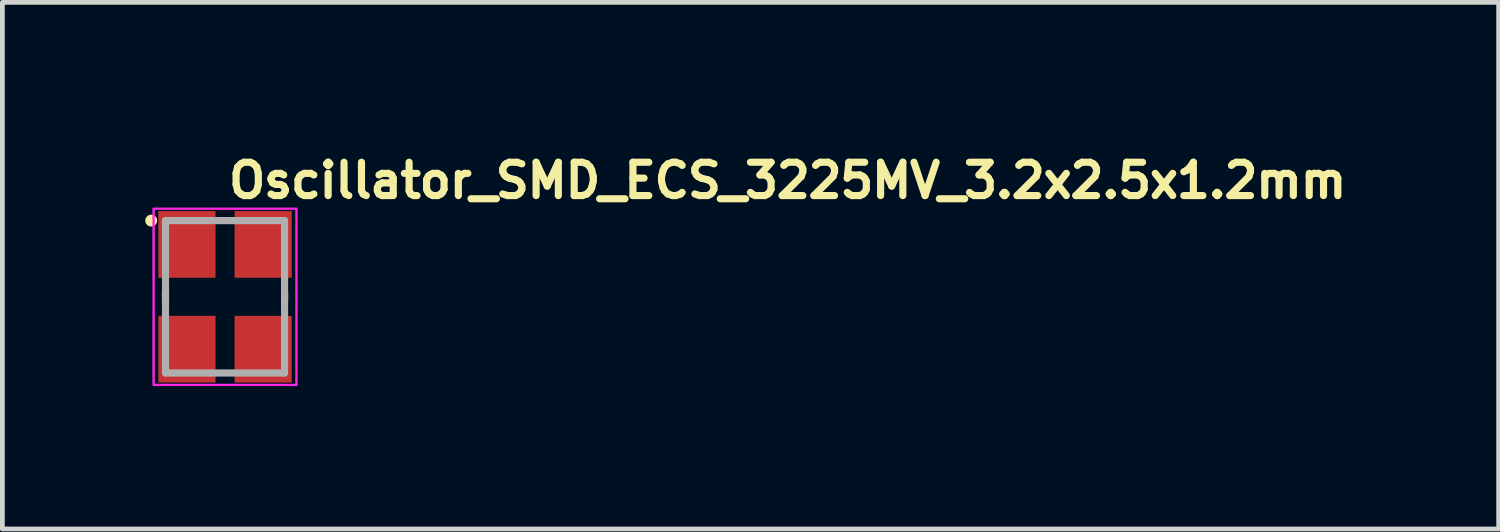
<source format=kicad_pcb>
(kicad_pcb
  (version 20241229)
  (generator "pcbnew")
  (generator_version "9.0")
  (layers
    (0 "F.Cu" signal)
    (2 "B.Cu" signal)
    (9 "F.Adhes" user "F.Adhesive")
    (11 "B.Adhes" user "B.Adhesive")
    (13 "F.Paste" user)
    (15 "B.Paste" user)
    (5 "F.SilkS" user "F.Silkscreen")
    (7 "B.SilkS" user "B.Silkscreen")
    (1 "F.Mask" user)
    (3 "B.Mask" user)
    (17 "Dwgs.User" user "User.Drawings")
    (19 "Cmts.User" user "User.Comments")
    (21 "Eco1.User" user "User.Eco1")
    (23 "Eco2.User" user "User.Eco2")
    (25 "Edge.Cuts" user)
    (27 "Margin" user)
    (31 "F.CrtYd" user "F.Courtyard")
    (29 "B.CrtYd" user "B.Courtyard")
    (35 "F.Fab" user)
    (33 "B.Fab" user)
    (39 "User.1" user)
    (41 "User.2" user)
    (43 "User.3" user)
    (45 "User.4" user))
  (footprint "Oscillator_SMD_ECS_3225MV_3.2x2.5x1.2mm"
    (layer "F.Cu")
    (at 1.675 3.182)
    (property "Reference" "Oscillator_SMD_ECS_3225MV_3.2x2.5x1.2mm" (at 0 -2.032 0) (unlocked yes) (layer "F.SilkS") (effects (font (size 0.7 0.7) (thickness 0.15)) (justify left bottom)))
    (attr smd)
    (fp_line (start -1.25 -0.102) (end -1.25 0.102) (stroke (width 0.15) (type solid)) (layer "F.SilkS"))
    (fp_line (start 1.25 -0.102) (end 1.25 0.102) (stroke (width 0.15) (type solid)) (layer "F.SilkS"))
    (fp_circle (center -1.55 -1.6) (end -1.5 -1.6) (stroke (width 0.15) (type solid)) (fill yes) (layer "F.SilkS"))
    (fp_rect (start 1.5 -1.85) (end -1.5 1.85) (stroke (width 0.05) (type solid)) (fill no) (layer "F.CrtYd"))
    (fp_line (start -1.25 -1.6) (end -1.25 1.6) (stroke (width 0.15) (type solid)) (layer "F.Fab"))
    (fp_line (start 1.25 -1.6) (end -1.25 -1.6) (stroke (width 0.15) (type solid)) (layer "F.Fab"))
    (fp_line (start 1.25 -1.6) (end 1.25 1.6) (stroke (width 0.15) (type solid)) (layer "F.Fab"))
    (fp_line (start 1.25 1.6) (end -1.25 1.6) (stroke (width 0.15) (type solid)) (layer "F.Fab"))
    (fp_rect (start 1.25 -1.6) (end -1.25 1.6) (stroke (width 0.1) (type solid)) (fill no) (layer "User.5"))
    (fp_line (start -1.25 -1.475) (end -1.25 1.475) (stroke (width 0.02) (type solid)) (layer "User.9"))
    (fp_line (start -1.25 -1.475) (end -1.244 -1.475) (stroke (width 0.02) (type solid)) (layer "User.9"))
    (fp_line (start -1.244 -1.475) (end -1.238 -1.476) (stroke (width 0.02) (type solid)) (layer "User.9"))
    (fp_line (start -1.244 1.475) (end -1.25 1.475) (stroke (width 0.02) (type solid)) (layer "User.9"))
    (fp_line (start -1.238 -1.476) (end -1.232 -1.476) (stroke (width 0.02) (type solid)) (layer "User.9"))
    (fp_line (start -1.238 1.476) (end -1.244 1.475) (stroke (width 0.02) (type solid)) (layer "User.9"))
    (fp_line (start -1.232 -1.476) (end -1.226 -1.477) (stroke (width 0.02) (type solid)) (layer "User.9"))
    (fp_line (start -1.232 1.476) (end -1.238 1.476) (stroke (width 0.02) (type solid)) (layer "User.9"))
    (fp_line (start -1.226 -1.477) (end -1.22 -1.479) (stroke (width 0.02) (type solid)) (layer "User.9"))
    (fp_line (start -1.226 1.477) (end -1.232 1.476) (stroke (width 0.02) (type solid)) (layer "User.9"))
    (fp_line (start -1.22 -1.479) (end -1.214 -1.48) (stroke (width 0.02) (type solid)) (layer "User.9"))
    (fp_line (start -1.22 1.479) (end -1.226 1.477) (stroke (width 0.02) (type solid)) (layer "User.9"))
    (fp_line (start -1.214 -1.48) (end -1.208 -1.482) (stroke (width 0.02) (type solid)) (layer "User.9"))
    (fp_line (start -1.214 1.48) (end -1.22 1.479) (stroke (width 0.02) (type solid)) (layer "User.9"))
    (fp_line (start -1.208 -1.482) (end -1.202 -1.485) (stroke (width 0.02) (type solid)) (layer "User.9"))
    (fp_line (start -1.208 1.482) (end -1.214 1.48) (stroke (width 0.02) (type solid)) (layer "User.9"))
    (fp_line (start -1.202 -1.485) (end -1.197 -1.487) (stroke (width 0.02) (type solid)) (layer "User.9"))
    (fp_line (start -1.202 1.485) (end -1.208 1.482) (stroke (width 0.02) (type solid)) (layer "User.9"))
    (fp_line (start -1.197 -1.487) (end -1.191 -1.49) (stroke (width 0.02) (type solid)) (layer "User.9"))
    (fp_line (start -1.197 1.487) (end -1.202 1.485) (stroke (width 0.02) (type solid)) (layer "User.9"))
    (fp_line (start -1.191 -1.49) (end -1.186 -1.493) (stroke (width 0.02) (type solid)) (layer "User.9"))
    (fp_line (start -1.191 1.49) (end -1.197 1.487) (stroke (width 0.02) (type solid)) (layer "User.9"))
    (fp_line (start -1.186 -1.493) (end -1.181 -1.496) (stroke (width 0.02) (type solid)) (layer "User.9"))
    (fp_line (start -1.186 1.493) (end -1.191 1.49) (stroke (width 0.02) (type solid)) (layer "User.9"))
    (fp_line (start -1.181 -1.496) (end -1.176 -1.5) (stroke (width 0.02) (type solid)) (layer "User.9"))
    (fp_line (start -1.181 1.496) (end -1.186 1.493) (stroke (width 0.02) (type solid)) (layer "User.9"))
    (fp_line (start -1.176 -1.5) (end -1.171 -1.503) (stroke (width 0.02) (type solid)) (layer "User.9"))
    (fp_line (start -1.176 1.5) (end -1.181 1.496) (stroke (width 0.02) (type solid)) (layer "User.9"))
    (fp_line (start -1.171 -1.503) (end -1.166 -1.507) (stroke (width 0.02) (type solid)) (layer "User.9"))
    (fp_line (start -1.171 1.503) (end -1.176 1.5) (stroke (width 0.02) (type solid)) (layer "User.9"))
    (fp_line (start -1.166 -1.507) (end -1.162 -1.512) (stroke (width 0.02) (type solid)) (layer "User.9"))
    (fp_line (start -1.166 1.507) (end -1.171 1.503) (stroke (width 0.02) (type solid)) (layer "User.9"))
    (fp_line (start -1.162 -1.512) (end -1.162 -1.512) (stroke (width 0.02) (type solid)) (layer "User.9"))
    (fp_line (start -1.162 -1.512) (end -1.157 -1.516) (stroke (width 0.02) (type solid)) (layer "User.9"))
    (fp_line (start -1.162 1.512) (end -1.166 1.507) (stroke (width 0.02) (type solid)) (layer "User.9"))
    (fp_line (start -1.162 1.512) (end -1.162 1.512) (stroke (width 0.02) (type solid)) (layer "User.9"))
    (fp_line (start -1.157 -1.516) (end -1.153 -1.521) (stroke (width 0.02) (type solid)) (layer "User.9"))
    (fp_line (start -1.157 1.516) (end -1.162 1.512) (stroke (width 0.02) (type solid)) (layer "User.9"))
    (fp_line (start -1.153 -1.521) (end -1.15 -1.526) (stroke (width 0.02) (type solid)) (layer "User.9"))
    (fp_line (start -1.153 1.521) (end -1.157 1.516) (stroke (width 0.02) (type solid)) (layer "User.9"))
    (fp_line (start -1.15 -1.526) (end -1.146 -1.531) (stroke (width 0.02) (type solid)) (layer "User.9"))
    (fp_line (start -1.15 -1.41) (end -1.15 -1.405) (stroke (width 0.02) (type solid)) (layer "User.9"))
    (fp_line (start -1.15 -1.405) (end -1.15 -1.4) (stroke (width 0.02) (type solid)) (layer "User.9"))
    (fp_line (start -1.15 -1.4) (end -1.15 1.4) (stroke (width 0.02) (type solid)) (layer "User.9"))
    (fp_line (start -1.15 1.4) (end -1.15 1.405) (stroke (width 0.02) (type solid)) (layer "User.9"))
    (fp_line (start -1.15 1.405) (end -1.15 1.41) (stroke (width 0.02) (type solid)) (layer "User.9"))
    (fp_line (start -1.15 1.41) (end -1.149 1.415) (stroke (width 0.02) (type solid)) (layer "User.9"))
    (fp_line (start -1.15 1.526) (end -1.153 1.521) (stroke (width 0.02) (type solid)) (layer "User.9"))
    (fp_line (start -1.149 -1.415) (end -1.15 -1.41) (stroke (width 0.02) (type solid)) (layer "User.9"))
    (fp_line (start -1.149 1.415) (end -1.148 1.42) (stroke (width 0.02) (type solid)) (layer "User.9"))
    (fp_line (start -1.148 -1.42) (end -1.149 -1.415) (stroke (width 0.02) (type solid)) (layer "User.9"))
    (fp_line (start -1.148 1.42) (end -1.147 1.424) (stroke (width 0.02) (type solid)) (layer "User.9"))
    (fp_line (start -1.147 -1.424) (end -1.148 -1.42) (stroke (width 0.02) (type solid)) (layer "User.9"))
    (fp_line (start -1.147 1.424) (end -1.146 1.429) (stroke (width 0.02) (type solid)) (layer "User.9"))
    (fp_line (start -1.146 -1.531) (end -1.143 -1.536) (stroke (width 0.02) (type solid)) (layer "User.9"))
    (fp_line (start -1.146 -1.429) (end -1.147 -1.424) (stroke (width 0.02) (type solid)) (layer "User.9"))
    (fp_line (start -1.146 1.429) (end -1.144 1.434) (stroke (width 0.02) (type solid)) (layer "User.9"))
    (fp_line (start -1.146 1.531) (end -1.15 1.526) (stroke (width 0.02) (type solid)) (layer "User.9"))
    (fp_line (start -1.144 -1.434) (end -1.146 -1.429) (stroke (width 0.02) (type solid)) (layer "User.9"))
    (fp_line (start -1.144 1.434) (end -1.142 1.438) (stroke (width 0.02) (type solid)) (layer "User.9"))
    (fp_line (start -1.143 -1.536) (end -1.14 -1.541) (stroke (width 0.02) (type solid)) (layer "User.9"))
    (fp_line (start -1.143 1.536) (end -1.146 1.531) (stroke (width 0.02) (type solid)) (layer "User.9"))
    (fp_line (start -1.142 -1.438) (end -1.144 -1.434) (stroke (width 0.02) (type solid)) (layer "User.9"))
    (fp_line (start -1.142 1.438) (end -1.14 1.443) (stroke (width 0.02) (type solid)) (layer "User.9"))
    (fp_line (start -1.14 -1.541) (end -1.137 -1.547) (stroke (width 0.02) (type solid)) (layer "User.9"))
    (fp_line (start -1.14 -1.443) (end -1.142 -1.438) (stroke (width 0.02) (type solid)) (layer "User.9"))
    (fp_line (start -1.14 1.443) (end -1.138 1.447) (stroke (width 0.02) (type solid)) (layer "User.9"))
    (fp_line (start -1.14 1.541) (end -1.143 1.536) (stroke (width 0.02) (type solid)) (layer "User.9"))
    (fp_line (start -1.138 -1.447) (end -1.14 -1.443) (stroke (width 0.02) (type solid)) (layer "User.9"))
    (fp_line (start -1.138 1.447) (end -1.136 1.451) (stroke (width 0.02) (type solid)) (layer "User.9"))
    (fp_line (start -1.137 -1.547) (end -1.135 -1.552) (stroke (width 0.02) (type solid)) (layer "User.9"))
    (fp_line (start -1.137 1.547) (end -1.14 1.541) (stroke (width 0.02) (type solid)) (layer "User.9"))
    (fp_line (start -1.136 -1.451) (end -1.138 -1.447) (stroke (width 0.02) (type solid)) (layer "User.9"))
    (fp_line (start -1.136 1.451) (end -1.133 1.455) (stroke (width 0.02) (type solid)) (layer "User.9"))
    (fp_line (start -1.135 -1.552) (end -1.132 -1.558) (stroke (width 0.02) (type solid)) (layer "User.9"))
    (fp_line (start -1.135 1.552) (end -1.137 1.547) (stroke (width 0.02) (type solid)) (layer "User.9"))
    (fp_line (start -1.133 -1.455) (end -1.136 -1.451) (stroke (width 0.02) (type solid)) (layer "User.9"))
    (fp_line (start -1.133 1.455) (end -1.13 1.459) (stroke (width 0.02) (type solid)) (layer "User.9"))
    (fp_line (start -1.132 -1.558) (end -1.13 -1.564) (stroke (width 0.02) (type solid)) (layer "User.9"))
    (fp_line (start -1.132 1.558) (end -1.135 1.552) (stroke (width 0.02) (type solid)) (layer "User.9"))
    (fp_line (start -1.13 -1.564) (end -1.129 -1.57) (stroke (width 0.02) (type solid)) (layer "User.9"))
    (fp_line (start -1.13 -1.459) (end -1.133 -1.455) (stroke (width 0.02) (type solid)) (layer "User.9"))
    (fp_line (start -1.13 1.459) (end -1.127 1.463) (stroke (width 0.02) (type solid)) (layer "User.9"))
    (fp_line (start -1.13 1.564) (end -1.132 1.558) (stroke (width 0.02) (type solid)) (layer "User.9"))
    (fp_line (start -1.129 -1.57) (end -1.127 -1.575) (stroke (width 0.02) (type solid)) (layer "User.9"))
    (fp_line (start -1.129 1.57) (end -1.13 1.564) (stroke (width 0.02) (type solid)) (layer "User.9"))
    (fp_line (start -1.127 -1.575) (end -1.126 -1.582) (stroke (width 0.02) (type solid)) (layer "User.9"))
    (fp_line (start -1.127 -1.463) (end -1.13 -1.459) (stroke (width 0.02) (type solid)) (layer "User.9"))
    (fp_line (start -1.127 1.463) (end -1.124 1.467) (stroke (width 0.02) (type solid)) (layer "User.9"))
    (fp_line (start -1.127 1.575) (end -1.129 1.57) (stroke (width 0.02) (type solid)) (layer "User.9"))
    (fp_line (start -1.126 -1.588) (end -1.125 -1.594) (stroke (width 0.02) (type solid)) (layer "User.9"))
    (fp_line (start -1.126 -1.582) (end -1.126 -1.588) (stroke (width 0.02) (type solid)) (layer "User.9"))
    (fp_line (start -1.126 1.582) (end -1.127 1.575) (stroke (width 0.02) (type solid)) (layer "User.9"))
    (fp_line (start -1.126 1.588) (end -1.126 1.582) (stroke (width 0.02) (type solid)) (layer "User.9"))
    (fp_line (start -1.125 -1.6) (end -0.55 -1.6) (stroke (width 0.02) (type solid)) (layer "User.9"))
    (fp_line (start -1.125 -1.594) (end -1.125 -1.6) (stroke (width 0.02) (type solid)) (layer "User.9"))
    (fp_line (start -1.125 1.594) (end -1.126 1.588) (stroke (width 0.02) (type solid)) (layer "User.9"))
    (fp_line (start -1.125 1.6) (end -1.125 1.594) (stroke (width 0.02) (type solid)) (layer "User.9"))
    (fp_line (start -1.125 1.6) (end -0.55 1.6) (stroke (width 0.02) (type solid)) (layer "User.9"))
    (fp_line (start -1.124 -1.467) (end -1.127 -1.463) (stroke (width 0.02) (type solid)) (layer "User.9"))
    (fp_line (start -1.124 1.467) (end -1.121 1.471) (stroke (width 0.02) (type solid)) (layer "User.9"))
    (fp_line (start -1.121 -1.471) (end -1.124 -1.467) (stroke (width 0.02) (type solid)) (layer "User.9"))
    (fp_line (start -1.121 -1.471) (end -1.121 -1.471) (stroke (width 0.02) (type solid)) (layer "User.9"))
    (fp_line (start -1.121 1.471) (end -1.121 1.471) (stroke (width 0.02) (type solid)) (layer "User.9"))
    (fp_line (start -1.121 1.471) (end -1.117 1.474) (stroke (width 0.02) (type solid)) (layer "User.9"))
    (fp_line (start -1.117 -1.474) (end -1.121 -1.471) (stroke (width 0.02) (type solid)) (layer "User.9"))
    (fp_line (start -1.117 1.474) (end -1.113 1.477) (stroke (width 0.02) (type solid)) (layer "User.9"))
    (fp_line (start -1.113 -1.477) (end -1.117 -1.474) (stroke (width 0.02) (type solid)) (layer "User.9"))
    (fp_line (start -1.113 1.477) (end -1.109 1.48) (stroke (width 0.02) (type solid)) (layer "User.9"))
    (fp_line (start -1.109 -1.48) (end -1.113 -1.477) (stroke (width 0.02) (type solid)) (layer "User.9"))
    (fp_line (start -1.109 1.48) (end -1.105 1.483) (stroke (width 0.02) (type solid)) (layer "User.9"))
    (fp_line (start -1.105 -1.483) (end -1.109 -1.48) (stroke (width 0.02) (type solid)) (layer "User.9"))
    (fp_line (start -1.105 1.483) (end -1.101 1.486) (stroke (width 0.02) (type solid)) (layer "User.9"))
    (fp_line (start -1.101 -1.486) (end -1.105 -1.483) (stroke (width 0.02) (type solid)) (layer "User.9"))
    (fp_line (start -1.101 1.486) (end -1.097 1.488) (stroke (width 0.02) (type solid)) (layer "User.9"))
    (fp_line (start -1.1 -1.405) (end -1.1 -1.402) (stroke (width 0.02) (type solid)) (layer "User.9"))
    (fp_line (start -1.1 -1.402) (end -1.1 -1.4) (stroke (width 0.02) (type solid)) (layer "User.9"))
    (fp_line (start -1.1 -1.4) (end -1.1 1.4) (stroke (width 0.02) (type solid)) (layer "User.9"))
    (fp_line (start -1.1 1.4) (end -1.1 1.402) (stroke (width 0.02) (type solid)) (layer "User.9"))
    (fp_line (start -1.1 1.402) (end -1.1 1.405) (stroke (width 0.02) (type solid)) (layer "User.9"))
    (fp_line (start -1.1 1.405) (end -1.099 1.407) (stroke (width 0.02) (type solid)) (layer "User.9"))
    (fp_line (start -1.099 -1.41) (end -1.099 -1.407) (stroke (width 0.02) (type solid)) (layer "User.9"))
    (fp_line (start -1.099 -1.407) (end -1.1 -1.405) (stroke (width 0.02) (type solid)) (layer "User.9"))
    (fp_line (start -1.099 1.407) (end -1.099 1.41) (stroke (width 0.02) (type solid)) (layer "User.9"))
    (fp_line (start -1.099 1.41) (end -1.098 1.412) (stroke (width 0.02) (type solid)) (layer "User.9"))
    (fp_line (start -1.098 -1.415) (end -1.098 -1.412) (stroke (width 0.02) (type solid)) (layer "User.9"))
    (fp_line (start -1.098 -1.412) (end -1.099 -1.41) (stroke (width 0.02) (type solid)) (layer "User.9"))
    (fp_line (start -1.098 1.412) (end -1.098 1.415) (stroke (width 0.02) (type solid)) (layer "User.9"))
    (fp_line (start -1.098 1.415) (end -1.097 1.417) (stroke (width 0.02) (type solid)) (layer "User.9"))
    (fp_line (start -1.097 -1.488) (end -1.101 -1.486) (stroke (width 0.02) (type solid)) (layer "User.9"))
    (fp_line (start -1.097 -1.417) (end -1.098 -1.415) (stroke (width 0.02) (type solid)) (layer "User.9"))
    (fp_line (start -1.097 1.417) (end -1.096 1.419) (stroke (width 0.02) (type solid)) (layer "User.9"))
    (fp_line (start -1.097 1.488) (end -1.093 1.49) (stroke (width 0.02) (type solid)) (layer "User.9"))
    (fp_line (start -1.096 -1.419) (end -1.097 -1.417) (stroke (width 0.02) (type solid)) (layer "User.9"))
    (fp_line (start -1.096 1.419) (end -1.095 1.421) (stroke (width 0.02) (type solid)) (layer "User.9"))
    (fp_line (start -1.095 -1.421) (end -1.096 -1.419) (stroke (width 0.02) (type solid)) (layer "User.9"))
    (fp_line (start -1.095 1.421) (end -1.094 1.424) (stroke (width 0.02) (type solid)) (layer "User.9"))
    (fp_line (start -1.094 -1.424) (end -1.095 -1.421) (stroke (width 0.02) (type solid)) (layer "User.9"))
    (fp_line (start -1.094 1.424) (end -1.093 1.426) (stroke (width 0.02) (type solid)) (layer "User.9"))
    (fp_line (start -1.093 -1.49) (end -1.097 -1.488) (stroke (width 0.02) (type solid)) (layer "User.9"))
    (fp_line (start -1.093 -1.426) (end -1.094 -1.424) (stroke (width 0.02) (type solid)) (layer "User.9"))
    (fp_line (start -1.093 1.426) (end -1.092 1.428) (stroke (width 0.02) (type solid)) (layer "User.9"))
    (fp_line (start -1.093 1.49) (end -1.088 1.492) (stroke (width 0.02) (type solid)) (layer "User.9"))
    (fp_line (start -1.092 -1.428) (end -1.093 -1.426) (stroke (width 0.02) (type solid)) (layer "User.9"))
    (fp_line (start -1.092 1.428) (end -1.09 1.43) (stroke (width 0.02) (type solid)) (layer "User.9"))
    (fp_line (start -1.09 -1.43) (end -1.092 -1.428) (stroke (width 0.02) (type solid)) (layer "User.9"))
    (fp_line (start -1.09 1.43) (end -1.089 1.432) (stroke (width 0.02) (type solid)) (layer "User.9"))
    (fp_line (start -1.089 -1.432) (end -1.09 -1.43) (stroke (width 0.02) (type solid)) (layer "User.9"))
    (fp_line (start -1.089 1.432) (end -1.087 1.434) (stroke (width 0.02) (type solid)) (layer "User.9"))
    (fp_line (start -1.088 -1.492) (end -1.093 -1.49) (stroke (width 0.02) (type solid)) (layer "User.9"))
    (fp_line (start -1.088 1.492) (end -1.084 1.494) (stroke (width 0.02) (type solid)) (layer "User.9"))
    (fp_line (start -1.087 -1.434) (end -1.089 -1.432) (stroke (width 0.02) (type solid)) (layer "User.9"))
    (fp_line (start -1.087 1.434) (end -1.085 1.435) (stroke (width 0.02) (type solid)) (layer "User.9"))
    (fp_line (start -1.085 -1.435) (end -1.087 -1.434) (stroke (width 0.02) (type solid)) (layer "User.9"))
    (fp_line (start -1.085 -1.435) (end -1.085 -1.435) (stroke (width 0.02) (type solid)) (layer "User.9"))
    (fp_line (start -1.085 1.435) (end -1.085 1.435) (stroke (width 0.02) (type solid)) (layer "User.9"))
    (fp_line (start -1.085 1.435) (end -1.084 1.437) (stroke (width 0.02) (type solid)) (layer "User.9"))
    (fp_line (start -1.084 -1.494) (end -1.088 -1.492) (stroke (width 0.02) (type solid)) (layer "User.9"))
    (fp_line (start -1.084 -1.437) (end -1.085 -1.435) (stroke (width 0.02) (type solid)) (layer "User.9"))
    (fp_line (start -1.084 1.437) (end -1.082 1.439) (stroke (width 0.02) (type solid)) (layer "User.9"))
    (fp_line (start -1.084 1.494) (end -1.079 1.496) (stroke (width 0.02) (type solid)) (layer "User.9"))
    (fp_line (start -1.082 -1.439) (end -1.084 -1.437) (stroke (width 0.02) (type solid)) (layer "User.9"))
    (fp_line (start -1.082 1.439) (end -1.08 1.44) (stroke (width 0.02) (type solid)) (layer "User.9"))
    (fp_line (start -1.08 -1.44) (end -1.082 -1.439) (stroke (width 0.02) (type solid)) (layer "User.9"))
    (fp_line (start -1.08 1.44) (end -1.078 1.442) (stroke (width 0.02) (type solid)) (layer "User.9"))
    (fp_line (start -1.079 -1.496) (end -1.084 -1.494) (stroke (width 0.02) (type solid)) (layer "User.9"))
    (fp_line (start -1.079 1.496) (end -1.074 1.497) (stroke (width 0.02) (type solid)) (layer "User.9"))
    (fp_line (start -1.078 -1.442) (end -1.08 -1.44) (stroke (width 0.02) (type solid)) (layer "User.9"))
    (fp_line (start -1.078 1.442) (end -1.076 1.443) (stroke (width 0.02) (type solid)) (layer "User.9"))
    (fp_line (start -1.076 -1.443) (end -1.078 -1.442) (stroke (width 0.02) (type solid)) (layer "User.9"))
    (fp_line (start -1.076 1.443) (end -1.074 1.444) (stroke (width 0.02) (type solid)) (layer "User.9"))
    (fp_line (start -1.074 -1.497) (end -1.079 -1.496) (stroke (width 0.02) (type solid)) (layer "User.9"))
    (fp_line (start -1.074 -1.444) (end -1.076 -1.443) (stroke (width 0.02) (type solid)) (layer "User.9"))
    (fp_line (start -1.074 1.444) (end -1.071 1.445) (stroke (width 0.02) (type solid)) (layer "User.9"))
    (fp_line (start -1.074 1.497) (end -1.07 1.498) (stroke (width 0.02) (type solid)) (layer "User.9"))
    (fp_line (start -1.071 -1.445) (end -1.074 -1.444) (stroke (width 0.02) (type solid)) (layer "User.9"))
    (fp_line (start -1.071 1.445) (end -1.069 1.446) (stroke (width 0.02) (type solid)) (layer "User.9"))
    (fp_line (start -1.07 -1.498) (end -1.074 -1.497) (stroke (width 0.02) (type solid)) (layer "User.9"))
    (fp_line (start -1.07 1.498) (end -1.065 1.499) (stroke (width 0.02) (type solid)) (layer "User.9"))
    (fp_line (start -1.069 -1.446) (end -1.071 -1.445) (stroke (width 0.02) (type solid)) (layer "User.9"))
    (fp_line (start -1.069 1.446) (end -1.067 1.447) (stroke (width 0.02) (type solid)) (layer "User.9"))
    (fp_line (start -1.067 -1.447) (end -1.069 -1.446) (stroke (width 0.02) (type solid)) (layer "User.9"))
    (fp_line (start -1.067 1.447) (end -1.065 1.448) (stroke (width 0.02) (type solid)) (layer "User.9"))
    (fp_line (start -1.065 -1.499) (end -1.07 -1.498) (stroke (width 0.02) (type solid)) (layer "User.9"))
    (fp_line (start -1.065 -1.448) (end -1.067 -1.447) (stroke (width 0.02) (type solid)) (layer "User.9"))
    (fp_line (start -1.065 1.448) (end -1.062 1.448) (stroke (width 0.02) (type solid)) (layer "User.9"))
    (fp_line (start -1.065 1.499) (end -1.06 1.5) (stroke (width 0.02) (type solid)) (layer "User.9"))
    (fp_line (start -1.062 -1.448) (end -1.065 -1.448) (stroke (width 0.02) (type solid)) (layer "User.9"))
    (fp_line (start -1.062 1.448) (end -1.06 1.449) (stroke (width 0.02) (type solid)) (layer "User.9"))
    (fp_line (start -1.06 -1.5) (end -1.065 -1.499) (stroke (width 0.02) (type solid)) (layer "User.9"))
    (fp_line (start -1.06 -1.449) (end -1.062 -1.448) (stroke (width 0.02) (type solid)) (layer "User.9"))
    (fp_line (start -1.06 1.449) (end -1.057 1.449) (stroke (width 0.02) (type solid)) (layer "User.9"))
    (fp_line (start -1.06 1.5) (end -1.055 1.5) (stroke (width 0.02) (type solid)) (layer "User.9"))
    (fp_line (start -1.057 -1.449) (end -1.06 -1.449) (stroke (width 0.02) (type solid)) (layer "User.9"))
    (fp_line (start -1.057 1.449) (end -1.055 1.45) (stroke (width 0.02) (type solid)) (layer "User.9"))
    (fp_line (start -1.055 -1.5) (end -1.06 -1.5) (stroke (width 0.02) (type solid)) (layer "User.9"))
    (fp_line (start -1.055 -1.45) (end -1.057 -1.449) (stroke (width 0.02) (type solid)) (layer "User.9"))
    (fp_line (start -1.055 1.45) (end -1.052 1.45) (stroke (width 0.02) (type solid)) (layer "User.9"))
    (fp_line (start -1.055 1.5) (end -1.05 1.5) (stroke (width 0.02) (type solid)) (layer "User.9"))
    (fp_line (start -1.052 -1.45) (end -1.055 -1.45) (stroke (width 0.02) (type solid)) (layer "User.9"))
    (fp_line (start -1.052 1.45) (end -1.05 1.45) (stroke (width 0.02) (type solid)) (layer "User.9"))
    (fp_line (start -1.05 -1.5) (end -1.055 -1.5) (stroke (width 0.02) (type solid)) (layer "User.9"))
    (fp_line (start -1.05 -1.45) (end -1.052 -1.45) (stroke (width 0.02) (type solid)) (layer "User.9"))
    (fp_line (start -1.05 1.45) (end 1.05 1.45) (stroke (width 0.02) (type solid)) (layer "User.9"))
    (fp_line (start -1.05 1.5) (end 1.05 1.5) (stroke (width 0.02) (type solid)) (layer "User.9"))
    (fp_line (start -0.55 -1.6) (end -0.49 -1.54) (stroke (width 0.02) (type solid)) (layer "User.9"))
    (fp_line (start -0.49 -1.54) (end -0.31 -1.54) (stroke (width 0.02) (type solid)) (layer "User.9"))
    (fp_line (start -0.49 1.54) (end -0.55 1.6) (stroke (width 0.02) (type solid)) (layer "User.9"))
    (fp_line (start -0.31 -1.54) (end -0.25 -1.6) (stroke (width 0.02) (type solid)) (layer "User.9"))
    (fp_line (start -0.31 1.54) (end -0.49 1.54) (stroke (width 0.02) (type solid)) (layer "User.9"))
    (fp_line (start -0.25 -1.6) (end 0.25 -1.6) (stroke (width 0.02) (type solid)) (layer "User.9"))
    (fp_line (start -0.25 1.6) (end -0.31 1.54) (stroke (width 0.02) (type solid)) (layer "User.9"))
    (fp_line (start -0.25 1.6) (end 0.25 1.6) (stroke (width 0.02) (type solid)) (layer "User.9"))
    (fp_line (start 0.25 -1.6) (end 0.31 -1.54) (stroke (width 0.02) (type solid)) (layer "User.9"))
    (fp_line (start 0.31 -1.54) (end 0.49 -1.54) (stroke (width 0.02) (type solid)) (layer "User.9"))
    (fp_line (start 0.31 1.54) (end 0.25 1.6) (stroke (width 0.02) (type solid)) (layer "User.9"))
    (fp_line (start 0.49 -1.54) (end 0.55 -1.6) (stroke (width 0.02) (type solid)) (layer "User.9"))
    (fp_line (start 0.49 1.54) (end 0.31 1.54) (stroke (width 0.02) (type solid)) (layer "User.9"))
    (fp_line (start 0.55 -1.6) (end 1.125 -1.6) (stroke (width 0.02) (type solid)) (layer "User.9"))
    (fp_line (start 0.55 1.6) (end 0.49 1.54) (stroke (width 0.02) (type solid)) (layer "User.9"))
    (fp_line (start 0.55 1.6) (end 1.125 1.6) (stroke (width 0.02) (type solid)) (layer "User.9"))
    (fp_line (start 1.05 -1.5) (end -1.05 -1.5) (stroke (width 0.02) (type solid)) (layer "User.9"))
    (fp_line (start 1.05 -1.45) (end -1.05 -1.45) (stroke (width 0.02) (type solid)) (layer "User.9"))
    (fp_line (start 1.05 1.45) (end 1.052 1.45) (stroke (width 0.02) (type solid)) (layer "User.9"))
    (fp_line (start 1.05 1.5) (end 1.055 1.5) (stroke (width 0.02) (type solid)) (layer "User.9"))
    (fp_line (start 1.052 -1.45) (end 1.05 -1.45) (stroke (width 0.02) (type solid)) (layer "User.9"))
    (fp_line (start 1.052 1.45) (end 1.055 1.45) (stroke (width 0.02) (type solid)) (layer "User.9"))
    (fp_line (start 1.055 -1.5) (end 1.05 -1.5) (stroke (width 0.02) (type solid)) (layer "User.9"))
    (fp_line (start 1.055 -1.45) (end 1.052 -1.45) (stroke (width 0.02) (type solid)) (layer "User.9"))
    (fp_line (start 1.055 1.45) (end 1.057 1.449) (stroke (width 0.02) (type solid)) (layer "User.9"))
    (fp_line (start 1.055 1.5) (end 1.06 1.5) (stroke (width 0.02) (type solid)) (layer "User.9"))
    (fp_line (start 1.057 -1.449) (end 1.055 -1.45) (stroke (width 0.02) (type solid)) (layer "User.9"))
    (fp_line (start 1.057 1.449) (end 1.06 1.449) (stroke (width 0.02) (type solid)) (layer "User.9"))
    (fp_line (start 1.06 -1.5) (end 1.055 -1.5) (stroke (width 0.02) (type solid)) (layer "User.9"))
    (fp_line (start 1.06 -1.449) (end 1.057 -1.449) (stroke (width 0.02) (type solid)) (layer "User.9"))
    (fp_line (start 1.06 1.449) (end 1.062 1.448) (stroke (width 0.02) (type solid)) (layer "User.9"))
    (fp_line (start 1.06 1.5) (end 1.065 1.499) (stroke (width 0.02) (type solid)) (layer "User.9"))
    (fp_line (start 1.062 -1.448) (end 1.06 -1.449) (stroke (width 0.02) (type solid)) (layer "User.9"))
    (fp_line (start 1.062 1.448) (end 1.065 1.448) (stroke (width 0.02) (type solid)) (layer "User.9"))
    (fp_line (start 1.065 -1.499) (end 1.06 -1.5) (stroke (width 0.02) (type solid)) (layer "User.9"))
    (fp_line (start 1.065 -1.448) (end 1.062 -1.448) (stroke (width 0.02) (type solid)) (layer "User.9"))
    (fp_line (start 1.065 1.448) (end 1.067 1.447) (stroke (width 0.02) (type solid)) (layer "User.9"))
    (fp_line (start 1.065 1.499) (end 1.07 1.498) (stroke (width 0.02) (type solid)) (layer "User.9"))
    (fp_line (start 1.067 -1.447) (end 1.065 -1.448) (stroke (width 0.02) (type solid)) (layer "User.9"))
    (fp_line (start 1.067 1.447) (end 1.069 1.446) (stroke (width 0.02) (type solid)) (layer "User.9"))
    (fp_line (start 1.069 -1.446) (end 1.067 -1.447) (stroke (width 0.02) (type solid)) (layer "User.9"))
    (fp_line (start 1.069 1.446) (end 1.071 1.445) (stroke (width 0.02) (type solid)) (layer "User.9"))
    (fp_line (start 1.07 -1.498) (end 1.065 -1.499) (stroke (width 0.02) (type solid)) (layer "User.9"))
    (fp_line (start 1.07 1.498) (end 1.074 1.497) (stroke (width 0.02) (type solid)) (layer "User.9"))
    (fp_line (start 1.071 -1.445) (end 1.069 -1.446) (stroke (width 0.02) (type solid)) (layer "User.9"))
    (fp_line (start 1.071 1.445) (end 1.074 1.444) (stroke (width 0.02) (type solid)) (layer "User.9"))
    (fp_line (start 1.074 -1.497) (end 1.07 -1.498) (stroke (width 0.02) (type solid)) (layer "User.9"))
    (fp_line (start 1.074 -1.444) (end 1.071 -1.445) (stroke (width 0.02) (type solid)) (layer "User.9"))
    (fp_line (start 1.074 1.444) (end 1.076 1.443) (stroke (width 0.02) (type solid)) (layer "User.9"))
    (fp_line (start 1.074 1.497) (end 1.079 1.496) (stroke (width 0.02) (type solid)) (layer "User.9"))
    (fp_line (start 1.076 -1.443) (end 1.074 -1.444) (stroke (width 0.02) (type solid)) (layer "User.9"))
    (fp_line (start 1.076 1.443) (end 1.078 1.442) (stroke (width 0.02) (type solid)) (layer "User.9"))
    (fp_line (start 1.078 -1.442) (end 1.076 -1.443) (stroke (width 0.02) (type solid)) (layer "User.9"))
    (fp_line (start 1.078 1.442) (end 1.08 1.44) (stroke (width 0.02) (type solid)) (layer "User.9"))
    (fp_line (start 1.079 -1.496) (end 1.074 -1.497) (stroke (width 0.02) (type solid)) (layer "User.9"))
    (fp_line (start 1.079 1.496) (end 1.084 1.494) (stroke (width 0.02) (type solid)) (layer "User.9"))
    (fp_line (start 1.08 -1.44) (end 1.078 -1.442) (stroke (width 0.02) (type solid)) (layer "User.9"))
    (fp_line (start 1.08 1.44) (end 1.082 1.439) (stroke (width 0.02) (type solid)) (layer "User.9"))
    (fp_line (start 1.082 -1.439) (end 1.08 -1.44) (stroke (width 0.02) (type solid)) (layer "User.9"))
    (fp_line (start 1.082 1.439) (end 1.084 1.437) (stroke (width 0.02) (type solid)) (layer "User.9"))
    (fp_line (start 1.084 -1.494) (end 1.079 -1.496) (stroke (width 0.02) (type solid)) (layer "User.9"))
    (fp_line (start 1.084 -1.437) (end 1.082 -1.439) (stroke (width 0.02) (type solid)) (layer "User.9"))
    (fp_line (start 1.084 1.437) (end 1.085 1.435) (stroke (width 0.02) (type solid)) (layer "User.9"))
    (fp_line (start 1.084 1.494) (end 1.088 1.492) (stroke (width 0.02) (type solid)) (layer "User.9"))
    (fp_line (start 1.085 -1.435) (end 1.084 -1.437) (stroke (width 0.02) (type solid)) (layer "User.9"))
    (fp_line (start 1.085 -1.435) (end 1.085 -1.435) (stroke (width 0.02) (type solid)) (layer "User.9"))
    (fp_line (start 1.085 1.435) (end 1.085 1.435) (stroke (width 0.02) (type solid)) (layer "User.9"))
    (fp_line (start 1.085 1.435) (end 1.087 1.434) (stroke (width 0.02) (type solid)) (layer "User.9"))
    (fp_line (start 1.087 -1.434) (end 1.085 -1.435) (stroke (width 0.02) (type solid)) (layer "User.9"))
    (fp_line (start 1.087 1.434) (end 1.089 1.432) (stroke (width 0.02) (type solid)) (layer "User.9"))
    (fp_line (start 1.088 -1.492) (end 1.084 -1.494) (stroke (width 0.02) (type solid)) (layer "User.9"))
    (fp_line (start 1.088 1.492) (end 1.093 1.49) (stroke (width 0.02) (type solid)) (layer "User.9"))
    (fp_line (start 1.089 -1.432) (end 1.087 -1.434) (stroke (width 0.02) (type solid)) (layer "User.9"))
    (fp_line (start 1.089 1.432) (end 1.09 1.43) (stroke (width 0.02) (type solid)) (layer "User.9"))
    (fp_line (start 1.09 -1.43) (end 1.089 -1.432) (stroke (width 0.02) (type solid)) (layer "User.9"))
    (fp_line (start 1.09 1.43) (end 1.092 1.428) (stroke (width 0.02) (type solid)) (layer "User.9"))
    (fp_line (start 1.092 -1.428) (end 1.09 -1.43) (stroke (width 0.02) (type solid)) (layer "User.9"))
    (fp_line (start 1.092 1.428) (end 1.093 1.426) (stroke (width 0.02) (type solid)) (layer "User.9"))
    (fp_line (start 1.093 -1.49) (end 1.088 -1.492) (stroke (width 0.02) (type solid)) (layer "User.9"))
    (fp_line (start 1.093 -1.426) (end 1.092 -1.428) (stroke (width 0.02) (type solid)) (layer "User.9"))
    (fp_line (start 1.093 1.426) (end 1.094 1.424) (stroke (width 0.02) (type solid)) (layer "User.9"))
    (fp_line (start 1.093 1.49) (end 1.097 1.488) (stroke (width 0.02) (type solid)) (layer "User.9"))
    (fp_line (start 1.094 -1.424) (end 1.093 -1.426) (stroke (width 0.02) (type solid)) (layer "User.9"))
    (fp_line (start 1.094 1.424) (end 1.095 1.421) (stroke (width 0.02) (type solid)) (layer "User.9"))
    (fp_line (start 1.095 -1.421) (end 1.094 -1.424) (stroke (width 0.02) (type solid)) (layer "User.9"))
    (fp_line (start 1.095 1.421) (end 1.096 1.419) (stroke (width 0.02) (type solid)) (layer "User.9"))
    (fp_line (start 1.096 -1.419) (end 1.095 -1.421) (stroke (width 0.02) (type solid)) (layer "User.9"))
    (fp_line (start 1.096 1.419) (end 1.097 1.417) (stroke (width 0.02) (type solid)) (layer "User.9"))
    (fp_line (start 1.097 -1.488) (end 1.093 -1.49) (stroke (width 0.02) (type solid)) (layer "User.9"))
    (fp_line (start 1.097 -1.417) (end 1.096 -1.419) (stroke (width 0.02) (type solid)) (layer "User.9"))
    (fp_line (start 1.097 1.417) (end 1.098 1.415) (stroke (width 0.02) (type solid)) (layer "User.9"))
    (fp_line (start 1.097 1.488) (end 1.101 1.486) (stroke (width 0.02) (type solid)) (layer "User.9"))
    (fp_line (start 1.098 -1.415) (end 1.097 -1.417) (stroke (width 0.02) (type solid)) (layer "User.9"))
    (fp_line (start 1.098 -1.412) (end 1.098 -1.415) (stroke (width 0.02) (type solid)) (layer "User.9"))
    (fp_line (start 1.098 1.412) (end 1.099 1.41) (stroke (width 0.02) (type solid)) (layer "User.9"))
    (fp_line (start 1.098 1.415) (end 1.098 1.412) (stroke (width 0.02) (type solid)) (layer "User.9"))
    (fp_line (start 1.099 -1.41) (end 1.098 -1.412) (stroke (width 0.02) (type solid)) (layer "User.9"))
    (fp_line (start 1.099 -1.407) (end 1.099 -1.41) (stroke (width 0.02) (type solid)) (layer "User.9"))
    (fp_line (start 1.099 1.407) (end 1.1 1.405) (stroke (width 0.02) (type solid)) (layer "User.9"))
    (fp_line (start 1.099 1.41) (end 1.099 1.407) (stroke (width 0.02) (type solid)) (layer "User.9"))
    (fp_line (start 1.1 -1.405) (end 1.099 -1.407) (stroke (width 0.02) (type solid)) (layer "User.9"))
    (fp_line (start 1.1 -1.402) (end 1.1 -1.405) (stroke (width 0.02) (type solid)) (layer "User.9"))
    (fp_line (start 1.1 -1.4) (end 1.1 -1.402) (stroke (width 0.02) (type solid)) (layer "User.9"))
    (fp_line (start 1.1 1.4) (end 1.1 -1.4) (stroke (width 0.02) (type solid)) (layer "User.9"))
    (fp_line (start 1.1 1.402) (end 1.1 1.4) (stroke (width 0.02) (type solid)) (layer "User.9"))
    (fp_line (start 1.1 1.405) (end 1.1 1.402) (stroke (width 0.02) (type solid)) (layer "User.9"))
    (fp_line (start 1.101 -1.486) (end 1.097 -1.488) (stroke (width 0.02) (type solid)) (layer "User.9"))
    (fp_line (start 1.101 1.486) (end 1.105 1.483) (stroke (width 0.02) (type solid)) (layer "User.9"))
    (fp_line (start 1.105 -1.483) (end 1.101 -1.486) (stroke (width 0.02) (type solid)) (layer "User.9"))
    (fp_line (start 1.105 1.483) (end 1.109 1.48) (stroke (width 0.02) (type solid)) (layer "User.9"))
    (fp_line (start 1.109 -1.48) (end 1.105 -1.483) (stroke (width 0.02) (type solid)) (layer "User.9"))
    (fp_line (start 1.109 1.48) (end 1.113 1.477) (stroke (width 0.02) (type solid)) (layer "User.9"))
    (fp_line (start 1.113 -1.477) (end 1.109 -1.48) (stroke (width 0.02) (type solid)) (layer "User.9"))
    (fp_line (start 1.113 1.477) (end 1.117 1.474) (stroke (width 0.02) (type solid)) (layer "User.9"))
    (fp_line (start 1.117 -1.474) (end 1.113 -1.477) (stroke (width 0.02) (type solid)) (layer "User.9"))
    (fp_line (start 1.117 1.474) (end 1.121 1.471) (stroke (width 0.02) (type solid)) (layer "User.9"))
    (fp_line (start 1.121 -1.471) (end 1.117 -1.474) (stroke (width 0.02) (type solid)) (layer "User.9"))
    (fp_line (start 1.121 -1.471) (end 1.121 -1.471) (stroke (width 0.02) (type solid)) (layer "User.9"))
    (fp_line (start 1.121 1.471) (end 1.121 1.471) (stroke (width 0.02) (type solid)) (layer "User.9"))
    (fp_line (start 1.121 1.471) (end 1.124 1.467) (stroke (width 0.02) (type solid)) (layer "User.9"))
    (fp_line (start 1.124 -1.467) (end 1.121 -1.471) (stroke (width 0.02) (type solid)) (layer "User.9"))
    (fp_line (start 1.124 1.467) (end 1.127 1.463) (stroke (width 0.02) (type solid)) (layer "User.9"))
    (fp_line (start 1.125 -1.6) (end 1.125 -1.594) (stroke (width 0.02) (type solid)) (layer "User.9"))
    (fp_line (start 1.125 -1.594) (end 1.126 -1.588) (stroke (width 0.02) (type solid)) (layer "User.9"))
    (fp_line (start 1.125 1.594) (end 1.125 1.6) (stroke (width 0.02) (type solid)) (layer "User.9"))
    (fp_line (start 1.126 -1.588) (end 1.126 -1.582) (stroke (width 0.02) (type solid)) (layer "User.9"))
    (fp_line (start 1.126 -1.582) (end 1.127 -1.575) (stroke (width 0.02) (type solid)) (layer "User.9"))
    (fp_line (start 1.126 1.582) (end 1.126 1.588) (stroke (width 0.02) (type solid)) (layer "User.9"))
    (fp_line (start 1.126 1.588) (end 1.125 1.594) (stroke (width 0.02) (type solid)) (layer "User.9"))
    (fp_line (start 1.127 -1.575) (end 1.129 -1.57) (stroke (width 0.02) (type solid)) (layer "User.9"))
    (fp_line (start 1.127 -1.463) (end 1.124 -1.467) (stroke (width 0.02) (type solid)) (layer "User.9"))
    (fp_line (start 1.127 1.463) (end 1.13 1.459) (stroke (width 0.02) (type solid)) (layer "User.9"))
    (fp_line (start 1.127 1.575) (end 1.126 1.582) (stroke (width 0.02) (type solid)) (layer "User.9"))
    (fp_line (start 1.129 -1.57) (end 1.13 -1.564) (stroke (width 0.02) (type solid)) (layer "User.9"))
    (fp_line (start 1.129 1.57) (end 1.127 1.575) (stroke (width 0.02) (type solid)) (layer "User.9"))
    (fp_line (start 1.13 -1.564) (end 1.132 -1.558) (stroke (width 0.02) (type solid)) (layer "User.9"))
    (fp_line (start 1.13 -1.459) (end 1.127 -1.463) (stroke (width 0.02) (type solid)) (layer "User.9"))
    (fp_line (start 1.13 1.459) (end 1.133 1.455) (stroke (width 0.02) (type solid)) (layer "User.9"))
    (fp_line (start 1.13 1.564) (end 1.129 1.57) (stroke (width 0.02) (type solid)) (layer "User.9"))
    (fp_line (start 1.132 -1.558) (end 1.135 -1.552) (stroke (width 0.02) (type solid)) (layer "User.9"))
    (fp_line (start 1.132 1.558) (end 1.13 1.564) (stroke (width 0.02) (type solid)) (layer "User.9"))
    (fp_line (start 1.133 -1.455) (end 1.13 -1.459) (stroke (width 0.02) (type solid)) (layer "User.9"))
    (fp_line (start 1.133 1.455) (end 1.136 1.451) (stroke (width 0.02) (type solid)) (layer "User.9"))
    (fp_line (start 1.135 -1.552) (end 1.137 -1.547) (stroke (width 0.02) (type solid)) (layer "User.9"))
    (fp_line (start 1.135 1.552) (end 1.132 1.558) (stroke (width 0.02) (type solid)) (layer "User.9"))
    (fp_line (start 1.136 -1.451) (end 1.133 -1.455) (stroke (width 0.02) (type solid)) (layer "User.9"))
    (fp_line (start 1.136 1.451) (end 1.138 1.447) (stroke (width 0.02) (type solid)) (layer "User.9"))
    (fp_line (start 1.137 -1.547) (end 1.14 -1.541) (stroke (width 0.02) (type solid)) (layer "User.9"))
    (fp_line (start 1.137 1.547) (end 1.135 1.552) (stroke (width 0.02) (type solid)) (layer "User.9"))
    (fp_line (start 1.138 -1.447) (end 1.136 -1.451) (stroke (width 0.02) (type solid)) (layer "User.9"))
    (fp_line (start 1.138 1.447) (end 1.14 1.443) (stroke (width 0.02) (type solid)) (layer "User.9"))
    (fp_line (start 1.14 -1.541) (end 1.143 -1.536) (stroke (width 0.02) (type solid)) (layer "User.9"))
    (fp_line (start 1.14 -1.443) (end 1.138 -1.447) (stroke (width 0.02) (type solid)) (layer "User.9"))
    (fp_line (start 1.14 1.443) (end 1.142 1.438) (stroke (width 0.02) (type solid)) (layer "User.9"))
    (fp_line (start 1.14 1.541) (end 1.137 1.547) (stroke (width 0.02) (type solid)) (layer "User.9"))
    (fp_line (start 1.142 -1.438) (end 1.14 -1.443) (stroke (width 0.02) (type solid)) (layer "User.9"))
    (fp_line (start 1.142 1.438) (end 1.144 1.434) (stroke (width 0.02) (type solid)) (layer "User.9"))
    (fp_line (start 1.143 -1.536) (end 1.146 -1.531) (stroke (width 0.02) (type solid)) (layer "User.9"))
    (fp_line (start 1.143 1.536) (end 1.14 1.541) (stroke (width 0.02) (type solid)) (layer "User.9"))
    (fp_line (start 1.144 -1.434) (end 1.142 -1.438) (stroke (width 0.02) (type solid)) (layer "User.9"))
    (fp_line (start 1.144 1.434) (end 1.146 1.429) (stroke (width 0.02) (type solid)) (layer "User.9"))
    (fp_line (start 1.146 -1.531) (end 1.15 -1.526) (stroke (width 0.02) (type solid)) (layer "User.9"))
    (fp_line (start 1.146 -1.429) (end 1.144 -1.434) (stroke (width 0.02) (type solid)) (layer "User.9"))
    (fp_line (start 1.146 1.429) (end 1.147 1.424) (stroke (width 0.02) (type solid)) (layer "User.9"))
    (fp_line (start 1.146 1.531) (end 1.143 1.536) (stroke (width 0.02) (type solid)) (layer "User.9"))
    (fp_line (start 1.147 -1.424) (end 1.146 -1.429) (stroke (width 0.02) (type solid)) (layer "User.9"))
    (fp_line (start 1.147 1.424) (end 1.148 1.42) (stroke (width 0.02) (type solid)) (layer "User.9"))
    (fp_line (start 1.148 -1.42) (end 1.147 -1.424) (stroke (width 0.02) (type solid)) (layer "User.9"))
    (fp_line (start 1.148 1.42) (end 1.149 1.415) (stroke (width 0.02) (type solid)) (layer "User.9"))
    (fp_line (start 1.149 -1.415) (end 1.148 -1.42) (stroke (width 0.02) (type solid)) (layer "User.9"))
    (fp_line (start 1.149 1.415) (end 1.15 1.41) (stroke (width 0.02) (type solid)) (layer "User.9"))
    (fp_line (start 1.15 -1.526) (end 1.153 -1.521) (stroke (width 0.02) (type solid)) (layer "User.9"))
    (fp_line (start 1.15 -1.41) (end 1.149 -1.415) (stroke (width 0.02) (type solid)) (layer "User.9"))
    (fp_line (start 1.15 -1.405) (end 1.15 -1.41) (stroke (width 0.02) (type solid)) (layer "User.9"))
    (fp_line (start 1.15 -1.4) (end 1.15 -1.405) (stroke (width 0.02) (type solid)) (layer "User.9"))
    (fp_line (start 1.15 1.4) (end 1.15 -1.4) (stroke (width 0.02) (type solid)) (layer "User.9"))
    (fp_line (start 1.15 1.405) (end 1.15 1.4) (stroke (width 0.02) (type solid)) (layer "User.9"))
    (fp_line (start 1.15 1.41) (end 1.15 1.405) (stroke (width 0.02) (type solid)) (layer "User.9"))
    (fp_line (start 1.15 1.526) (end 1.146 1.531) (stroke (width 0.02) (type solid)) (layer "User.9"))
    (fp_line (start 1.153 -1.521) (end 1.157 -1.516) (stroke (width 0.02) (type solid)) (layer "User.9"))
    (fp_line (start 1.153 1.521) (end 1.15 1.526) (stroke (width 0.02) (type solid)) (layer "User.9"))
    (fp_line (start 1.157 -1.516) (end 1.162 -1.512) (stroke (width 0.02) (type solid)) (layer "User.9"))
    (fp_line (start 1.157 1.516) (end 1.153 1.521) (stroke (width 0.02) (type solid)) (layer "User.9"))
    (fp_line (start 1.162 -1.512) (end 1.162 -1.512) (stroke (width 0.02) (type solid)) (layer "User.9"))
    (fp_line (start 1.162 -1.512) (end 1.166 -1.507) (stroke (width 0.02) (type solid)) (layer "User.9"))
    (fp_line (start 1.162 1.512) (end 1.157 1.516) (stroke (width 0.02) (type solid)) (layer "User.9"))
    (fp_line (start 1.162 1.512) (end 1.162 1.512) (stroke (width 0.02) (type solid)) (layer "User.9"))
    (fp_line (start 1.166 -1.507) (end 1.171 -1.503) (stroke (width 0.02) (type solid)) (layer "User.9"))
    (fp_line (start 1.166 1.507) (end 1.162 1.512) (stroke (width 0.02) (type solid)) (layer "User.9"))
    (fp_line (start 1.171 -1.503) (end 1.176 -1.5) (stroke (width 0.02) (type solid)) (layer "User.9"))
    (fp_line (start 1.171 1.503) (end 1.166 1.507) (stroke (width 0.02) (type solid)) (layer "User.9"))
    (fp_line (start 1.176 -1.5) (end 1.181 -1.496) (stroke (width 0.02) (type solid)) (layer "User.9"))
    (fp_line (start 1.176 1.5) (end 1.171 1.503) (stroke (width 0.02) (type solid)) (layer "User.9"))
    (fp_line (start 1.181 -1.496) (end 1.186 -1.493) (stroke (width 0.02) (type solid)) (layer "User.9"))
    (fp_line (start 1.181 1.496) (end 1.176 1.5) (stroke (width 0.02) (type solid)) (layer "User.9"))
    (fp_line (start 1.186 -1.493) (end 1.191 -1.49) (stroke (width 0.02) (type solid)) (layer "User.9"))
    (fp_line (start 1.186 1.493) (end 1.181 1.496) (stroke (width 0.02) (type solid)) (layer "User.9"))
    (fp_line (start 1.191 -1.49) (end 1.197 -1.487) (stroke (width 0.02) (type solid)) (layer "User.9"))
    (fp_line (start 1.191 1.49) (end 1.186 1.493) (stroke (width 0.02) (type solid)) (layer "User.9"))
    (fp_line (start 1.197 -1.487) (end 1.202 -1.485) (stroke (width 0.02) (type solid)) (layer "User.9"))
    (fp_line (start 1.197 1.487) (end 1.191 1.49) (stroke (width 0.02) (type solid)) (layer "User.9"))
    (fp_line (start 1.202 -1.485) (end 1.208 -1.482) (stroke (width 0.02) (type solid)) (layer "User.9"))
    (fp_line (start 1.202 1.485) (end 1.197 1.487) (stroke (width 0.02) (type solid)) (layer "User.9"))
    (fp_line (start 1.208 -1.482) (end 1.214 -1.48) (stroke (width 0.02) (type solid)) (layer "User.9"))
    (fp_line (start 1.208 1.482) (end 1.202 1.485) (stroke (width 0.02) (type solid)) (layer "User.9"))
    (fp_line (start 1.214 -1.48) (end 1.22 -1.479) (stroke (width 0.02) (type solid)) (layer "User.9"))
    (fp_line (start 1.214 1.48) (end 1.208 1.482) (stroke (width 0.02) (type solid)) (layer "User.9"))
    (fp_line (start 1.22 -1.479) (end 1.226 -1.477) (stroke (width 0.02) (type solid)) (layer "User.9"))
    (fp_line (start 1.22 1.479) (end 1.214 1.48) (stroke (width 0.02) (type solid)) (layer "User.9"))
    (fp_line (start 1.226 -1.477) (end 1.232 -1.476) (stroke (width 0.02) (type solid)) (layer "User.9"))
    (fp_line (start 1.226 1.477) (end 1.22 1.479) (stroke (width 0.02) (type solid)) (layer "User.9"))
    (fp_line (start 1.232 -1.476) (end 1.238 -1.476) (stroke (width 0.02) (type solid)) (layer "User.9"))
    (fp_line (start 1.232 1.476) (end 1.226 1.477) (stroke (width 0.02) (type solid)) (layer "User.9"))
    (fp_line (start 1.238 -1.476) (end 1.244 -1.475) (stroke (width 0.02) (type solid)) (layer "User.9"))
    (fp_line (start 1.238 1.476) (end 1.232 1.476) (stroke (width 0.02) (type solid)) (layer "User.9"))
    (fp_line (start 1.244 -1.475) (end 1.25 -1.475) (stroke (width 0.02) (type solid)) (layer "User.9"))
    (fp_line (start 1.244 1.475) (end 1.238 1.476) (stroke (width 0.02) (type solid)) (layer "User.9"))
    (fp_line (start 1.25 -1.475) (end 1.25 1.475) (stroke (width 0.02) (type solid)) (layer "User.9"))
    (fp_line (start 1.25 1.475) (end 1.244 1.475) (stroke (width 0.02) (type solid)) (layer "User.9"))
    (pad "1" smd rect (at -0.8 -1.1) (size 1.2 1.4) (layers "F.Cu" "F.Mask" "F.Paste"))
    (pad "2" smd rect (at -0.8 1.1) (size 1.2 1.4) (layers "F.Cu" "F.Mask" "F.Paste"))
    (pad "3" smd rect (at 0.8 1.1) (size 1.2 1.4) (layers "F.Cu" "F.Mask" "F.Paste"))
    (pad "4" smd rect (at 0.8 -1.1) (size 1.2 1.4) (layers "F.Cu" "F.Mask" "F.Paste")))
  (gr_rect
    (start -3 -3)
    (end 28.418 8.057)
    (stroke (width 0.1) (type default))
    (fill no)
    (layer "Edge.Cuts")))
</source>
